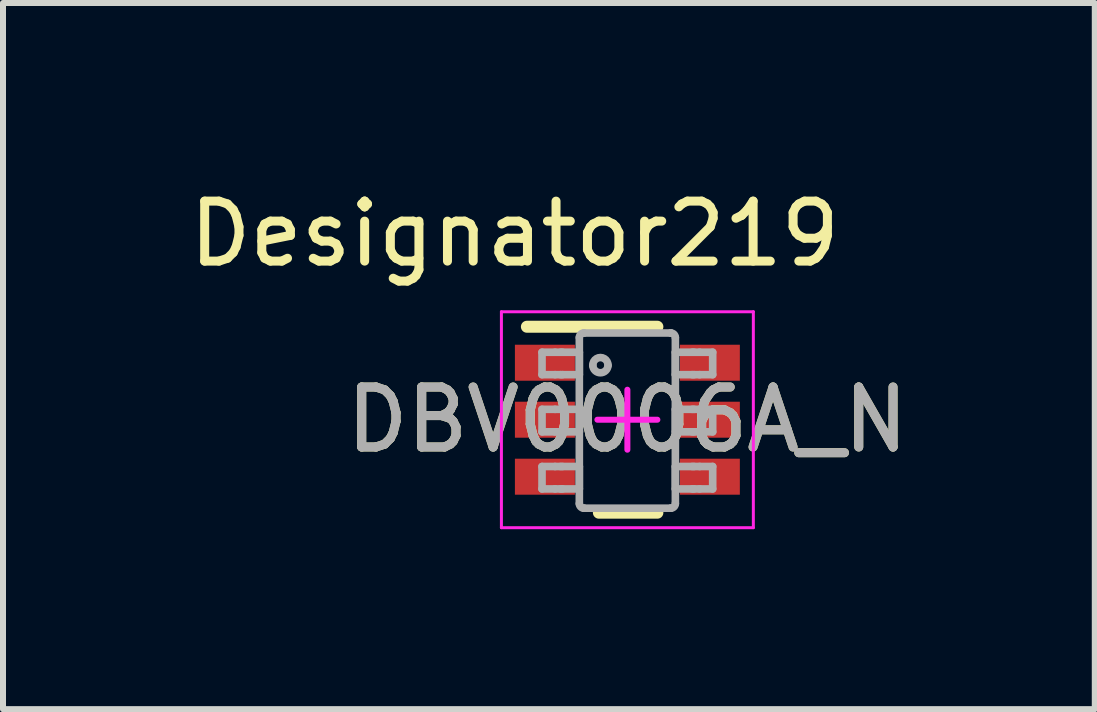
<source format=kicad_pcb>
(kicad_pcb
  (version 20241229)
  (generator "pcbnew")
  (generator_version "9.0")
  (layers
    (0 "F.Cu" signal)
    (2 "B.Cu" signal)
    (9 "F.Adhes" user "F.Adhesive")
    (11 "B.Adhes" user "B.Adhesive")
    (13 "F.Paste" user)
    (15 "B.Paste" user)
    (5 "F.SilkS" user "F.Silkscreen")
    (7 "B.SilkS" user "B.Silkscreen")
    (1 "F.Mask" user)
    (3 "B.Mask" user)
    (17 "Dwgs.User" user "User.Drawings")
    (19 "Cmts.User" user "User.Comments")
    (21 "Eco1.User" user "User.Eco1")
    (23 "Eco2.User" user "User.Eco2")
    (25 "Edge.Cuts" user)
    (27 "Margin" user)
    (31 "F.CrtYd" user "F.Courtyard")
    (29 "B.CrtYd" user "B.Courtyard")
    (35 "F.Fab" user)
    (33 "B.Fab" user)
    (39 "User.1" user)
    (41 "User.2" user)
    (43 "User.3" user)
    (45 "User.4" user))
  (footprint "DBV0006A_N"
    (layer "F.Cu")
    (at 7.409 3.947)
    (property "Reference" "DBV0006A_N" (at 0 0 0) (unlocked yes) (layer "F.SilkS") (effects (font (size 1 1) (thickness 0.15))))
    (attr smd)
    (fp_line (start -1.675 -1.55) (end 0.5 -1.55) (stroke (width 0.2) (type solid)) (layer "F.SilkS"))
    (fp_line (start -0.475 1.55) (end 0.5 1.55) (stroke (width 0.2) (type solid)) (layer "F.SilkS"))
    (fp_line (start -2.1 -1.8) (end 2.1 -1.8) (stroke (width 0.05) (type solid)) (layer "F.CrtYd"))
    (fp_line (start -2.1 1.8) (end -2.1 -1.8) (stroke (width 0.05) (type solid)) (layer "F.CrtYd"))
    (fp_line (start -2.1 1.8) (end 2.1 1.8) (stroke (width 0.05) (type solid)) (layer "F.CrtYd"))
    (fp_line (start -0.5 0) (end 0.5 0) (stroke (width 0.1) (type solid)) (layer "F.CrtYd"))
    (fp_line (start 0 0.5) (end 0 -0.5) (stroke (width 0.1) (type solid)) (layer "F.CrtYd"))
    (fp_line (start 2.1 1.8) (end 2.1 -1.8) (stroke (width 0.05) (type solid)) (layer "F.CrtYd"))
    (fp_line (start -1.423 -1.125) (end -1.206 -1.125) (stroke (width 0.127) (type solid)) (layer "F.Fab"))
    (fp_line (start -1.423 -0.751) (end -1.423 -1.125) (stroke (width 0.127) (type solid)) (layer "F.Fab"))
    (fp_line (start -1.423 -0.751) (end -1.206 -0.751) (stroke (width 0.127) (type solid)) (layer "F.Fab"))
    (fp_line (start -1.423 -0.173) (end -1.206 -0.173) (stroke (width 0.127) (type solid)) (layer "F.Fab"))
    (fp_line (start -1.423 0.202) (end -1.423 -0.173) (stroke (width 0.127) (type solid)) (layer "F.Fab"))
    (fp_line (start -1.423 0.202) (end -1.206 0.202) (stroke (width 0.127) (type solid)) (layer "F.Fab"))
    (fp_line (start -1.423 0.78) (end -1.206 0.78) (stroke (width 0.127) (type solid)) (layer "F.Fab"))
    (fp_line (start -1.423 1.154) (end -1.423 0.78) (stroke (width 0.127) (type solid)) (layer "F.Fab"))
    (fp_line (start -1.423 1.154) (end -1.206 1.154) (stroke (width 0.127) (type solid)) (layer "F.Fab"))
    (fp_line (start -1.206 -1.125) (end -1.113 -1.125) (stroke (width 0.127) (type solid)) (layer "F.Fab"))
    (fp_line (start -1.206 -0.751) (end -1.113 -0.751) (stroke (width 0.127) (type solid)) (layer "F.Fab"))
    (fp_line (start -1.206 -0.173) (end -1.113 -0.173) (stroke (width 0.127) (type solid)) (layer "F.Fab"))
    (fp_line (start -1.206 0.202) (end -1.113 0.202) (stroke (width 0.127) (type solid)) (layer "F.Fab"))
    (fp_line (start -1.206 0.78) (end -1.113 0.78) (stroke (width 0.127) (type solid)) (layer "F.Fab"))
    (fp_line (start -1.206 1.154) (end -1.113 1.154) (stroke (width 0.127) (type solid)) (layer "F.Fab"))
    (fp_line (start -1.113 -1.125) (end -1.081 -1.125) (stroke (width 0.127) (type solid)) (layer "F.Fab"))
    (fp_line (start -1.113 -0.751) (end -1.081 -0.751) (stroke (width 0.127) (type solid)) (layer "F.Fab"))
    (fp_line (start -1.113 -0.173) (end -1.081 -0.173) (stroke (width 0.127) (type solid)) (layer "F.Fab"))
    (fp_line (start -1.113 0.202) (end -1.081 0.202) (stroke (width 0.127) (type solid)) (layer "F.Fab"))
    (fp_line (start -1.113 0.78) (end -1.081 0.78) (stroke (width 0.127) (type solid)) (layer "F.Fab"))
    (fp_line (start -1.113 1.154) (end -1.081 1.154) (stroke (width 0.127) (type solid)) (layer "F.Fab"))
    (fp_line (start -1.081 -1.125) (end -0.828 -1.125) (stroke (width 0.127) (type solid)) (layer "F.Fab"))
    (fp_line (start -1.081 -0.751) (end -0.828 -0.751) (stroke (width 0.127) (type solid)) (layer "F.Fab"))
    (fp_line (start -1.081 -0.173) (end -0.828 -0.173) (stroke (width 0.127) (type solid)) (layer "F.Fab"))
    (fp_line (start -1.081 0.202) (end -0.828 0.202) (stroke (width 0.127) (type solid)) (layer "F.Fab"))
    (fp_line (start -1.081 0.78) (end -0.828 0.78) (stroke (width 0.127) (type solid)) (layer "F.Fab"))
    (fp_line (start -1.081 1.154) (end -0.828 1.154) (stroke (width 0.127) (type solid)) (layer "F.Fab"))
    (fp_line (start -0.828 -1.125) (end -0.801 -1.125) (stroke (width 0.127) (type solid)) (layer "F.Fab"))
    (fp_line (start -0.828 -0.751) (end -0.801 -0.751) (stroke (width 0.127) (type solid)) (layer "F.Fab"))
    (fp_line (start -0.828 -0.173) (end -0.801 -0.173) (stroke (width 0.127) (type solid)) (layer "F.Fab"))
    (fp_line (start -0.828 0.202) (end -0.801 0.202) (stroke (width 0.127) (type solid)) (layer "F.Fab"))
    (fp_line (start -0.828 0.78) (end -0.801 0.78) (stroke (width 0.127) (type solid)) (layer "F.Fab"))
    (fp_line (start -0.828 1.154) (end -0.801 1.154) (stroke (width 0.127) (type solid)) (layer "F.Fab"))
    (fp_line (start -0.801 -0.751) (end -0.801 -1.125) (stroke (width 0.127) (type solid)) (layer "F.Fab"))
    (fp_line (start -0.801 0.202) (end -0.801 -0.173) (stroke (width 0.127) (type solid)) (layer "F.Fab"))
    (fp_line (start -0.801 1.154) (end -0.801 0.78) (stroke (width 0.127) (type solid)) (layer "F.Fab"))
    (fp_line (start -0.801 1.399) (end -0.801 -1.37) (stroke (width 0.127) (type solid)) (layer "F.Fab"))
    (fp_line (start -0.725 -1.446) (end -0.724 -1.446) (stroke (width 0.127) (type solid)) (layer "F.Fab"))
    (fp_line (start -0.725 1.475) (end -0.724 1.475) (stroke (width 0.127) (type solid)) (layer "F.Fab"))
    (fp_line (start -0.724 -1.446) (end 0.723 -1.446) (stroke (width 0.127) (type solid)) (layer "F.Fab"))
    (fp_line (start -0.724 1.475) (end 0.723 1.475) (stroke (width 0.127) (type solid)) (layer "F.Fab"))
    (fp_line (start 0.723 -1.446) (end 0.724 -1.446) (stroke (width 0.127) (type solid)) (layer "F.Fab"))
    (fp_line (start 0.723 1.475) (end 0.724 1.475) (stroke (width 0.127) (type solid)) (layer "F.Fab"))
    (fp_line (start 0.8 -1.125) (end 0.827 -1.125) (stroke (width 0.127) (type solid)) (layer "F.Fab"))
    (fp_line (start 0.8 -0.751) (end 0.8 -1.125) (stroke (width 0.127) (type solid)) (layer "F.Fab"))
    (fp_line (start 0.8 -0.751) (end 0.827 -0.751) (stroke (width 0.127) (type solid)) (layer "F.Fab"))
    (fp_line (start 0.8 -0.173) (end 0.827 -0.173) (stroke (width 0.127) (type solid)) (layer "F.Fab"))
    (fp_line (start 0.8 0.202) (end 0.8 -0.173) (stroke (width 0.127) (type solid)) (layer "F.Fab"))
    (fp_line (start 0.8 0.202) (end 0.827 0.202) (stroke (width 0.127) (type solid)) (layer "F.Fab"))
    (fp_line (start 0.8 0.78) (end 0.827 0.78) (stroke (width 0.127) (type solid)) (layer "F.Fab"))
    (fp_line (start 0.8 1.154) (end 0.8 0.78) (stroke (width 0.127) (type solid)) (layer "F.Fab"))
    (fp_line (start 0.8 1.154) (end 0.827 1.154) (stroke (width 0.127) (type solid)) (layer "F.Fab"))
    (fp_line (start 0.8 1.399) (end 0.8 -1.37) (stroke (width 0.127) (type solid)) (layer "F.Fab"))
    (fp_line (start 0.827 -1.125) (end 1.08 -1.125) (stroke (width 0.127) (type solid)) (layer "F.Fab"))
    (fp_line (start 0.827 -0.751) (end 1.08 -0.751) (stroke (width 0.127) (type solid)) (layer "F.Fab"))
    (fp_line (start 0.827 -0.173) (end 1.08 -0.173) (stroke (width 0.127) (type solid)) (layer "F.Fab"))
    (fp_line (start 0.827 0.202) (end 1.08 0.202) (stroke (width 0.127) (type solid)) (layer "F.Fab"))
    (fp_line (start 0.827 0.78) (end 1.08 0.78) (stroke (width 0.127) (type solid)) (layer "F.Fab"))
    (fp_line (start 0.827 1.154) (end 1.08 1.154) (stroke (width 0.127) (type solid)) (layer "F.Fab"))
    (fp_line (start 1.08 -1.125) (end 1.112 -1.125) (stroke (width 0.127) (type solid)) (layer "F.Fab"))
    (fp_line (start 1.08 -0.751) (end 1.112 -0.751) (stroke (width 0.127) (type solid)) (layer "F.Fab"))
    (fp_line (start 1.08 -0.173) (end 1.112 -0.173) (stroke (width 0.127) (type solid)) (layer "F.Fab"))
    (fp_line (start 1.08 0.202) (end 1.112 0.202) (stroke (width 0.127) (type solid)) (layer "F.Fab"))
    (fp_line (start 1.08 0.78) (end 1.112 0.78) (stroke (width 0.127) (type solid)) (layer "F.Fab"))
    (fp_line (start 1.08 1.154) (end 1.112 1.154) (stroke (width 0.127) (type solid)) (layer "F.Fab"))
    (fp_line (start 1.112 -1.125) (end 1.205 -1.125) (stroke (width 0.127) (type solid)) (layer "F.Fab"))
    (fp_line (start 1.112 -0.751) (end 1.205 -0.751) (stroke (width 0.127) (type solid)) (layer "F.Fab"))
    (fp_line (start 1.112 -0.173) (end 1.205 -0.173) (stroke (width 0.127) (type solid)) (layer "F.Fab"))
    (fp_line (start 1.112 0.202) (end 1.205 0.202) (stroke (width 0.127) (type solid)) (layer "F.Fab"))
    (fp_line (start 1.112 0.78) (end 1.205 0.78) (stroke (width 0.127) (type solid)) (layer "F.Fab"))
    (fp_line (start 1.112 1.154) (end 1.205 1.154) (stroke (width 0.127) (type solid)) (layer "F.Fab"))
    (fp_line (start 1.205 -1.125) (end 1.422 -1.125) (stroke (width 0.127) (type solid)) (layer "F.Fab"))
    (fp_line (start 1.205 -0.751) (end 1.422 -0.751) (stroke (width 0.127) (type solid)) (layer "F.Fab"))
    (fp_line (start 1.205 -0.173) (end 1.422 -0.173) (stroke (width 0.127) (type solid)) (layer "F.Fab"))
    (fp_line (start 1.205 0.202) (end 1.422 0.202) (stroke (width 0.127) (type solid)) (layer "F.Fab"))
    (fp_line (start 1.205 0.78) (end 1.422 0.78) (stroke (width 0.127) (type solid)) (layer "F.Fab"))
    (fp_line (start 1.205 1.154) (end 1.422 1.154) (stroke (width 0.127) (type solid)) (layer "F.Fab"))
    (fp_line (start 1.422 -0.751) (end 1.422 -1.125) (stroke (width 0.127) (type solid)) (layer "F.Fab"))
    (fp_line (start 1.422 0.202) (end 1.422 -0.173) (stroke (width 0.127) (type solid)) (layer "F.Fab"))
    (fp_line (start 1.422 1.154) (end 1.422 0.78) (stroke (width 0.127) (type solid)) (layer "F.Fab"))
    (fp_arc (start -0.800692 -1.369901) (mid -0.778512 -1.423533) (end -0.724999 -1.446) (stroke (width 0.127) (type solid)) (layer "F.Fab"))
    (fp_arc (start -0.724999 1.475002) (mid -0.778507 1.452548) (end -0.800692 1.398928) (stroke (width 0.127) (type solid)) (layer "F.Fab"))
    (fp_arc (start -0.576537 -0.906071) (mid -0.449562 -1.033046) (end -0.322588 -0.906071) (stroke (width 0.127) (type solid)) (layer "F.Fab"))
    (fp_arc (start -0.322588 -0.906071) (mid -0.449562 -0.779097) (end -0.576537 -0.906071) (stroke (width 0.127) (type solid)) (layer "F.Fab"))
    (fp_arc (start 0.723841 -1.446) (mid 0.777341 -1.423528) (end 0.799508 -1.369901) (stroke (width 0.127) (type solid)) (layer "F.Fab"))
    (fp_arc (start 0.799508 1.398928) (mid 0.777336 1.452543) (end 0.723841 1.475002) (stroke (width 0.127) (type solid)) (layer "F.Fab"))
    (fp_text user "Designator219" (at -1.88 -3.099 0) (unlocked yes) (layer "F.SilkS") (effects (font (size 1 1) (thickness 0.15))))
    (fp_text user "${REFERENCE}" (at 0 0 0) (unlocked yes) (layer "F.Fab") (effects (font (size 1 1) (thickness 0.15))))
    (pad "1" smd rect (at -1.375 -0.95 90) (size 0.6 1) (layers "F.Cu" "F.Mask" "F.Paste"))
    (pad "2" smd rect (at -1.375 0 90) (size 0.6 1) (layers "F.Cu" "F.Mask" "F.Paste"))
    (pad "3" smd rect (at -1.375 0.95 90) (size 0.6 1) (layers "F.Cu" "F.Mask" "F.Paste"))
    (pad "4" smd rect (at 1.375 0.95 90) (size 0.6 1) (layers "F.Cu" "F.Mask" "F.Paste"))
    (pad "5" smd rect (at 1.375 0 90) (size 0.6 1) (layers "F.Cu" "F.Mask" "F.Paste"))
    (pad "6" smd rect (at 1.375 -0.95 90) (size 0.6 1) (layers "F.Cu" "F.Mask" "F.Paste")))
  (gr_rect
    (start -3 -3)
    (end 15.201 8.772)
    (stroke (width 0.1) (type default))
    (fill no)
    (layer "Edge.Cuts")))
</source>
